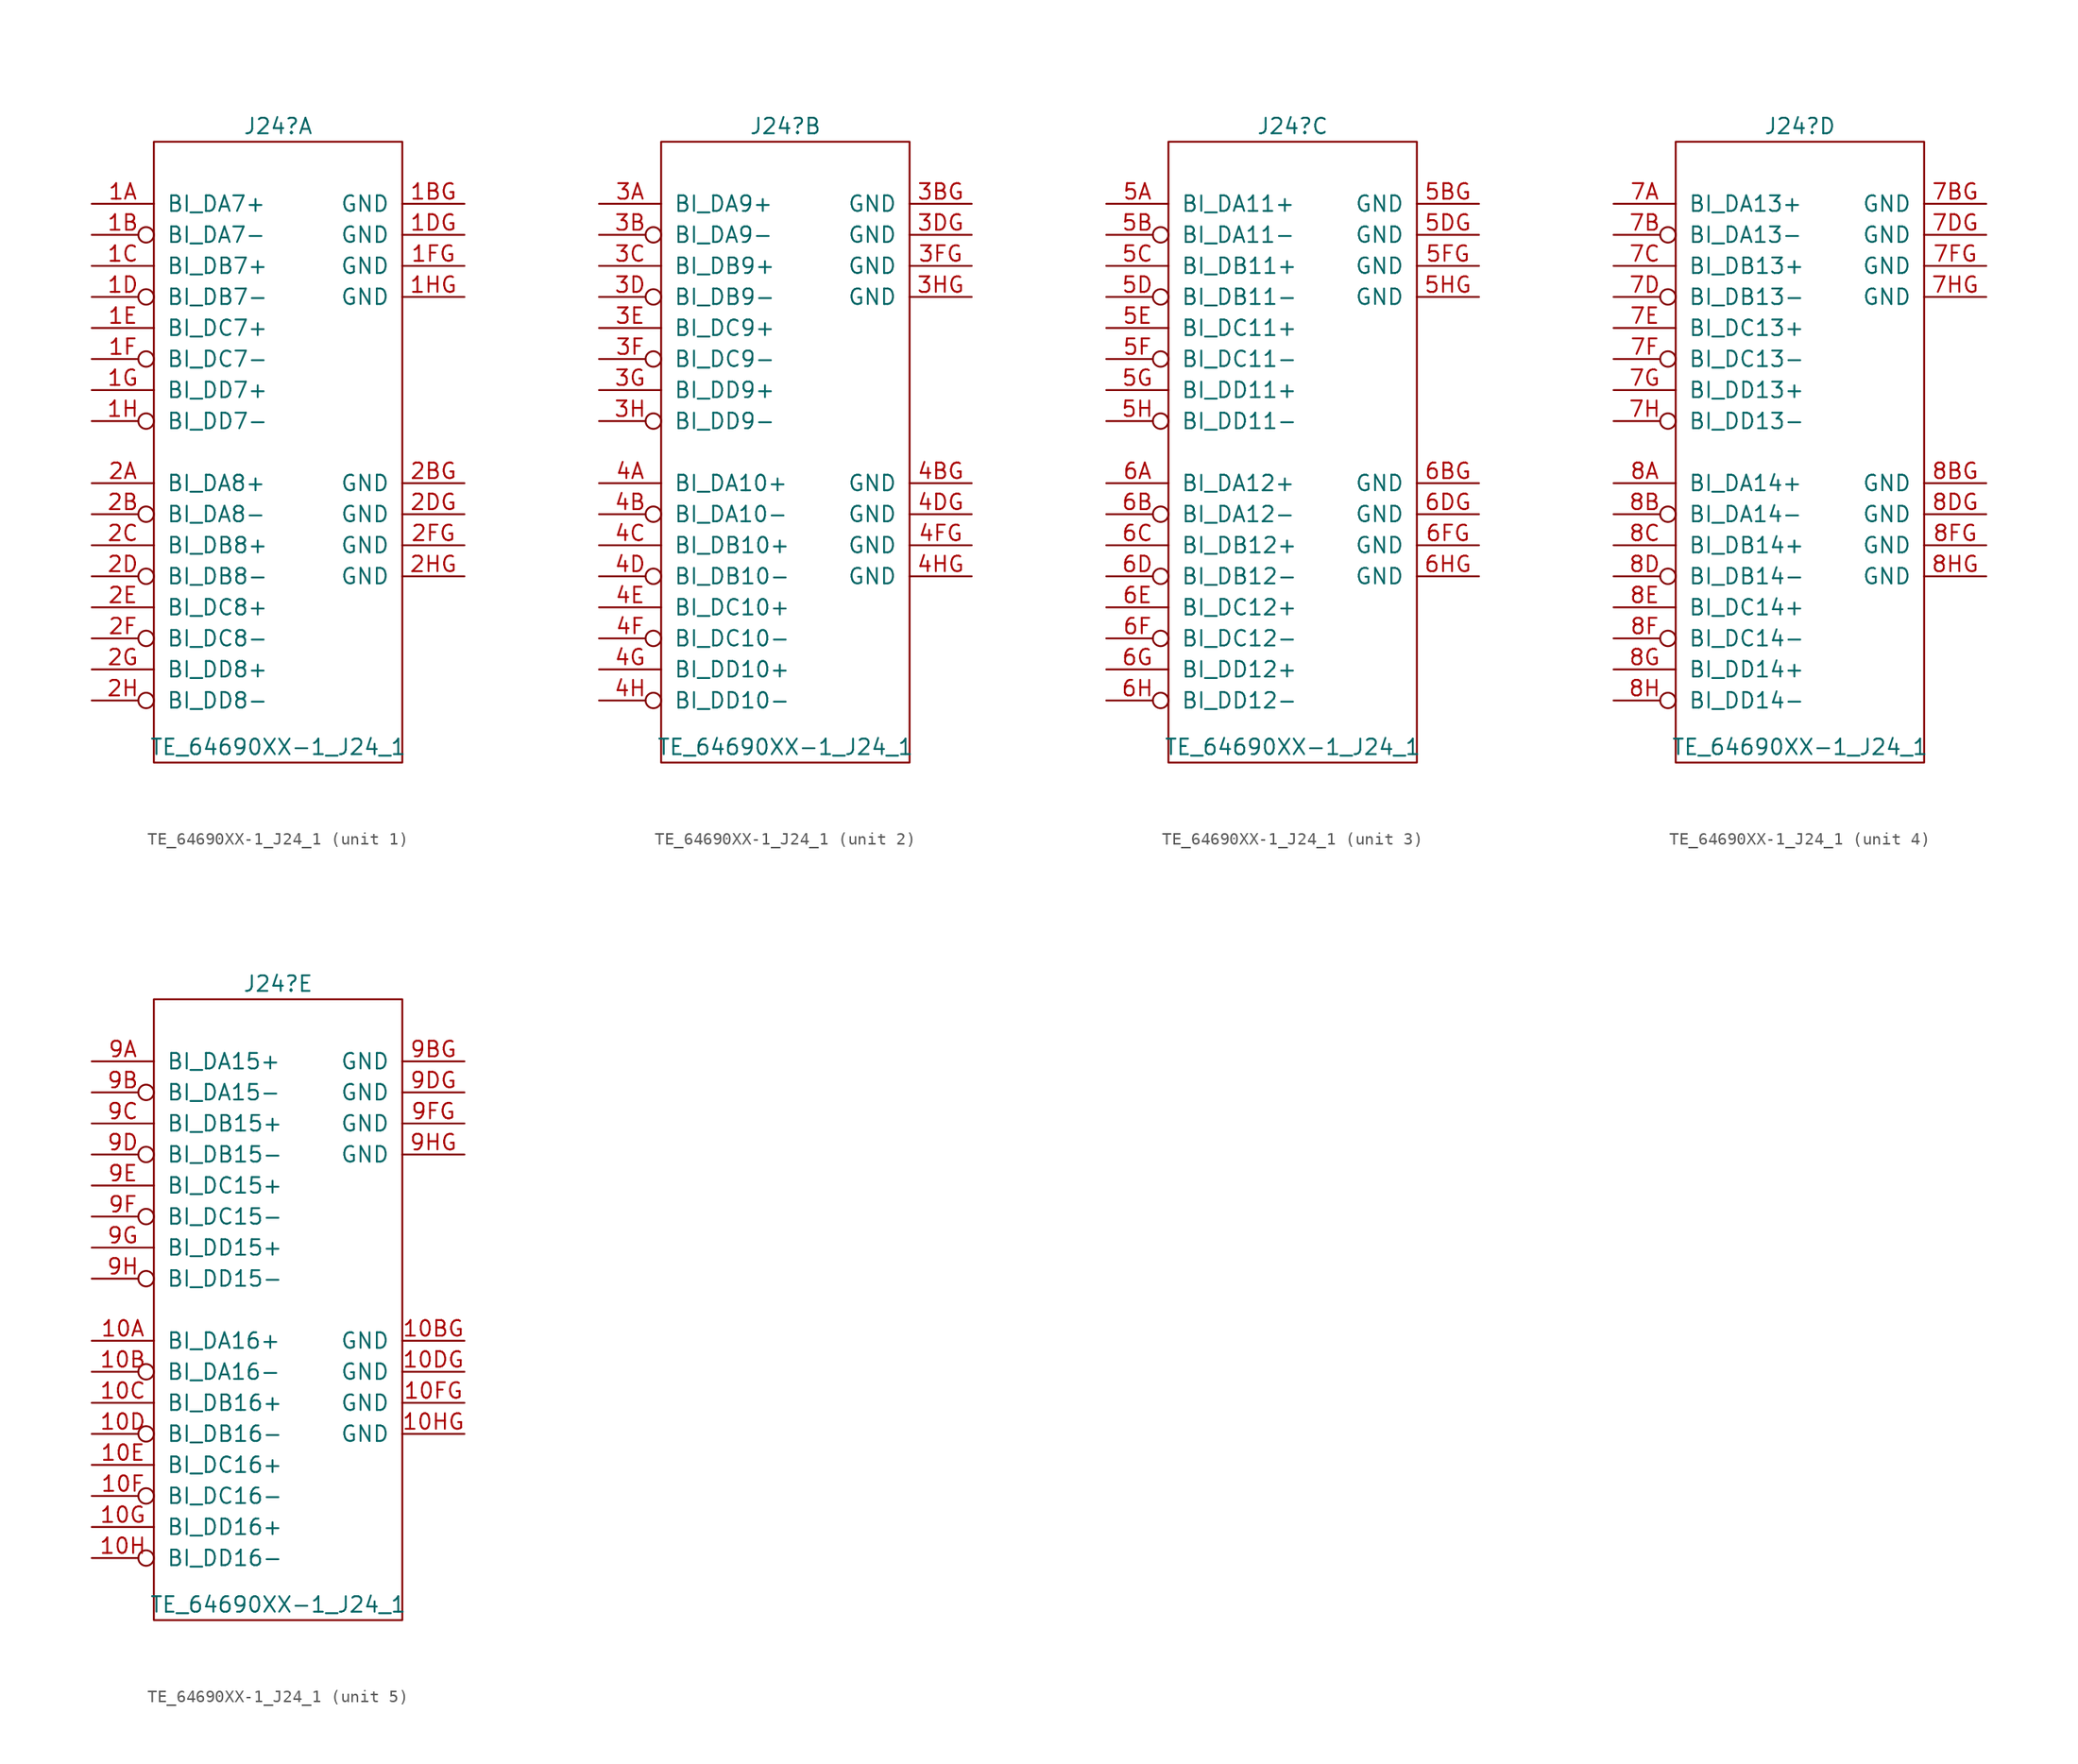
<source format=kicad_sym>
(kicad_symbol_lib
  (version 20220914)
  (generator kicad_symbol_editor)
  (symbol "TE_64690XX-1_J24_1"
    (pin_names
      (offset 1.016))
    (property "Reference" "J24"
      (at 0 26.67 0)
      (effects (font (size 1.27 1.27))))
    (property "Value" "TE_64690XX-1_J24_1"
      (at 0 -24.13 0)
      (effects (font (size 1.27 1.27))))
    (property "ki_locked" ""
      (at 0 0 0)
      (effects (font (size 1.27 1.27))))
    (symbol "TE_64690XX-1_J24_1_1_1"
      (rectangle (start -10.16 25.4) (end 10.16 -25.4) (stroke (width 0) (type default)) (fill (type none)))
      (pin bidirectional line (at -15.24 20.32 0) (length 5.08) (name "BI_DA7+" (effects (font (size 1.27 1.27)))) (number "1A" (effects (font (size 1.27 1.27)))))
      (pin bidirectional inverted (at -15.24 17.78 0) (length 5.08) (name "BI_DA7-" (effects (font (size 1.27 1.27)))) (number "1B" (effects (font (size 1.27 1.27)))))
      (pin passive line (at 15.24 20.32 180) (length 5.08) (name "GND" (effects (font (size 1.27 1.27)))) (number "1BG" (effects (font (size 1.27 1.27)))))
      (pin bidirectional line (at -15.24 15.24 0) (length 5.08) (name "BI_DB7+" (effects (font (size 1.27 1.27)))) (number "1C" (effects (font (size 1.27 1.27)))))
      (pin bidirectional inverted (at -15.24 12.7 0) (length 5.08) (name "BI_DB7-" (effects (font (size 1.27 1.27)))) (number "1D" (effects (font (size 1.27 1.27)))))
      (pin passive line (at 15.24 17.78 180) (length 5.08) (name "GND" (effects (font (size 1.27 1.27)))) (number "1DG" (effects (font (size 1.27 1.27)))))
      (pin bidirectional line (at -15.24 10.16 0) (length 5.08) (name "BI_DC7+" (effects (font (size 1.27 1.27)))) (number "1E" (effects (font (size 1.27 1.27)))))
      (pin bidirectional inverted (at -15.24 7.62 0) (length 5.08) (name "BI_DC7-" (effects (font (size 1.27 1.27)))) (number "1F" (effects (font (size 1.27 1.27)))))
      (pin passive line (at 15.24 15.24 180) (length 5.08) (name "GND" (effects (font (size 1.27 1.27)))) (number "1FG" (effects (font (size 1.27 1.27)))))
      (pin bidirectional line (at -15.24 5.08 0) (length 5.08) (name "BI_DD7+" (effects (font (size 1.27 1.27)))) (number "1G" (effects (font (size 1.27 1.27)))))
      (pin bidirectional inverted (at -15.24 2.54 0) (length 5.08) (name "BI_DD7-" (effects (font (size 1.27 1.27)))) (number "1H" (effects (font (size 1.27 1.27)))))
      (pin passive line (at 15.24 12.7 180) (length 5.08) (name "GND" (effects (font (size 1.27 1.27)))) (number "1HG" (effects (font (size 1.27 1.27)))))
      (pin bidirectional line (at -15.24 -2.54 0) (length 5.08) (name "BI_DA8+" (effects (font (size 1.27 1.27)))) (number "2A" (effects (font (size 1.27 1.27)))))
      (pin bidirectional inverted (at -15.24 -5.08 0) (length 5.08) (name "BI_DA8-" (effects (font (size 1.27 1.27)))) (number "2B" (effects (font (size 1.27 1.27)))))
      (pin passive line (at 15.24 -2.54 180) (length 5.08) (name "GND" (effects (font (size 1.27 1.27)))) (number "2BG" (effects (font (size 1.27 1.27)))))
      (pin bidirectional line (at -15.24 -7.62 0) (length 5.08) (name "BI_DB8+" (effects (font (size 1.27 1.27)))) (number "2C" (effects (font (size 1.27 1.27)))))
      (pin bidirectional inverted (at -15.24 -10.16 0) (length 5.08) (name "BI_DB8-" (effects (font (size 1.27 1.27)))) (number "2D" (effects (font (size 1.27 1.27)))))
      (pin passive line (at 15.24 -5.08 180) (length 5.08) (name "GND" (effects (font (size 1.27 1.27)))) (number "2DG" (effects (font (size 1.27 1.27)))))
      (pin bidirectional line (at -15.24 -12.7 0) (length 5.08) (name "BI_DC8+" (effects (font (size 1.27 1.27)))) (number "2E" (effects (font (size 1.27 1.27)))))
      (pin bidirectional inverted (at -15.24 -15.24 0) (length 5.08) (name "BI_DC8-" (effects (font (size 1.27 1.27)))) (number "2F" (effects (font (size 1.27 1.27)))))
      (pin passive line (at 15.24 -7.62 180) (length 5.08) (name "GND" (effects (font (size 1.27 1.27)))) (number "2FG" (effects (font (size 1.27 1.27)))))
      (pin bidirectional line (at -15.24 -17.78 0) (length 5.08) (name "BI_DD8+" (effects (font (size 1.27 1.27)))) (number "2G" (effects (font (size 1.27 1.27)))))
      (pin bidirectional inverted (at -15.24 -20.32 0) (length 5.08) (name "BI_DD8-" (effects (font (size 1.27 1.27)))) (number "2H" (effects (font (size 1.27 1.27)))))
      (pin passive line (at 15.24 -10.16 180) (length 5.08) (name "GND" (effects (font (size 1.27 1.27)))) (number "2HG" (effects (font (size 1.27 1.27))))))
    (symbol "TE_64690XX-1_J24_1_2_1"
      (rectangle (start -10.16 25.4) (end 10.16 -25.4) (stroke (width 0) (type default)) (fill (type none)))
      (pin bidirectional line (at -15.24 20.32 0) (length 5.08) (name "BI_DA9+" (effects (font (size 1.27 1.27)))) (number "3A" (effects (font (size 1.27 1.27)))))
      (pin bidirectional inverted (at -15.24 17.78 0) (length 5.08) (name "BI_DA9-" (effects (font (size 1.27 1.27)))) (number "3B" (effects (font (size 1.27 1.27)))))
      (pin passive line (at 15.24 20.32 180) (length 5.08) (name "GND" (effects (font (size 1.27 1.27)))) (number "3BG" (effects (font (size 1.27 1.27)))))
      (pin bidirectional line (at -15.24 15.24 0) (length 5.08) (name "BI_DB9+" (effects (font (size 1.27 1.27)))) (number "3C" (effects (font (size 1.27 1.27)))))
      (pin bidirectional inverted (at -15.24 12.7 0) (length 5.08) (name "BI_DB9-" (effects (font (size 1.27 1.27)))) (number "3D" (effects (font (size 1.27 1.27)))))
      (pin passive line (at 15.24 17.78 180) (length 5.08) (name "GND" (effects (font (size 1.27 1.27)))) (number "3DG" (effects (font (size 1.27 1.27)))))
      (pin bidirectional line (at -15.24 10.16 0) (length 5.08) (name "BI_DC9+" (effects (font (size 1.27 1.27)))) (number "3E" (effects (font (size 1.27 1.27)))))
      (pin bidirectional inverted (at -15.24 7.62 0) (length 5.08) (name "BI_DC9-" (effects (font (size 1.27 1.27)))) (number "3F" (effects (font (size 1.27 1.27)))))
      (pin passive line (at 15.24 15.24 180) (length 5.08) (name "GND" (effects (font (size 1.27 1.27)))) (number "3FG" (effects (font (size 1.27 1.27)))))
      (pin bidirectional line (at -15.24 5.08 0) (length 5.08) (name "BI_DD9+" (effects (font (size 1.27 1.27)))) (number "3G" (effects (font (size 1.27 1.27)))))
      (pin bidirectional inverted (at -15.24 2.54 0) (length 5.08) (name "BI_DD9-" (effects (font (size 1.27 1.27)))) (number "3H" (effects (font (size 1.27 1.27)))))
      (pin passive line (at 15.24 12.7 180) (length 5.08) (name "GND" (effects (font (size 1.27 1.27)))) (number "3HG" (effects (font (size 1.27 1.27)))))
      (pin bidirectional line (at -15.24 -2.54 0) (length 5.08) (name "BI_DA10+" (effects (font (size 1.27 1.27)))) (number "4A" (effects (font (size 1.27 1.27)))))
      (pin bidirectional inverted (at -15.24 -5.08 0) (length 5.08) (name "BI_DA10-" (effects (font (size 1.27 1.27)))) (number "4B" (effects (font (size 1.27 1.27)))))
      (pin passive line (at 15.24 -2.54 180) (length 5.08) (name "GND" (effects (font (size 1.27 1.27)))) (number "4BG" (effects (font (size 1.27 1.27)))))
      (pin bidirectional line (at -15.24 -7.62 0) (length 5.08) (name "BI_DB10+" (effects (font (size 1.27 1.27)))) (number "4C" (effects (font (size 1.27 1.27)))))
      (pin bidirectional inverted (at -15.24 -10.16 0) (length 5.08) (name "BI_DB10-" (effects (font (size 1.27 1.27)))) (number "4D" (effects (font (size 1.27 1.27)))))
      (pin passive line (at 15.24 -5.08 180) (length 5.08) (name "GND" (effects (font (size 1.27 1.27)))) (number "4DG" (effects (font (size 1.27 1.27)))))
      (pin bidirectional line (at -15.24 -12.7 0) (length 5.08) (name "BI_DC10+" (effects (font (size 1.27 1.27)))) (number "4E" (effects (font (size 1.27 1.27)))))
      (pin bidirectional inverted (at -15.24 -15.24 0) (length 5.08) (name "BI_DC10-" (effects (font (size 1.27 1.27)))) (number "4F" (effects (font (size 1.27 1.27)))))
      (pin passive line (at 15.24 -7.62 180) (length 5.08) (name "GND" (effects (font (size 1.27 1.27)))) (number "4FG" (effects (font (size 1.27 1.27)))))
      (pin bidirectional line (at -15.24 -17.78 0) (length 5.08) (name "BI_DD10+" (effects (font (size 1.27 1.27)))) (number "4G" (effects (font (size 1.27 1.27)))))
      (pin bidirectional inverted (at -15.24 -20.32 0) (length 5.08) (name "BI_DD10-" (effects (font (size 1.27 1.27)))) (number "4H" (effects (font (size 1.27 1.27)))))
      (pin passive line (at 15.24 -10.16 180) (length 5.08) (name "GND" (effects (font (size 1.27 1.27)))) (number "4HG" (effects (font (size 1.27 1.27))))))
    (symbol "TE_64690XX-1_J24_1_3_1"
      (rectangle (start -10.16 25.4) (end 10.16 -25.4) (stroke (width 0) (type default)) (fill (type none)))
      (pin bidirectional line (at -15.24 20.32 0) (length 5.08) (name "BI_DA11+" (effects (font (size 1.27 1.27)))) (number "5A" (effects (font (size 1.27 1.27)))))
      (pin bidirectional inverted (at -15.24 17.78 0) (length 5.08) (name "BI_DA11-" (effects (font (size 1.27 1.27)))) (number "5B" (effects (font (size 1.27 1.27)))))
      (pin passive line (at 15.24 20.32 180) (length 5.08) (name "GND" (effects (font (size 1.27 1.27)))) (number "5BG" (effects (font (size 1.27 1.27)))))
      (pin bidirectional line (at -15.24 15.24 0) (length 5.08) (name "BI_DB11+" (effects (font (size 1.27 1.27)))) (number "5C" (effects (font (size 1.27 1.27)))))
      (pin bidirectional inverted (at -15.24 12.7 0) (length 5.08) (name "BI_DB11-" (effects (font (size 1.27 1.27)))) (number "5D" (effects (font (size 1.27 1.27)))))
      (pin passive line (at 15.24 17.78 180) (length 5.08) (name "GND" (effects (font (size 1.27 1.27)))) (number "5DG" (effects (font (size 1.27 1.27)))))
      (pin bidirectional line (at -15.24 10.16 0) (length 5.08) (name "BI_DC11+" (effects (font (size 1.27 1.27)))) (number "5E" (effects (font (size 1.27 1.27)))))
      (pin bidirectional inverted (at -15.24 7.62 0) (length 5.08) (name "BI_DC11-" (effects (font (size 1.27 1.27)))) (number "5F" (effects (font (size 1.27 1.27)))))
      (pin passive line (at 15.24 15.24 180) (length 5.08) (name "GND" (effects (font (size 1.27 1.27)))) (number "5FG" (effects (font (size 1.27 1.27)))))
      (pin bidirectional line (at -15.24 5.08 0) (length 5.08) (name "BI_DD11+" (effects (font (size 1.27 1.27)))) (number "5G" (effects (font (size 1.27 1.27)))))
      (pin bidirectional inverted (at -15.24 2.54 0) (length 5.08) (name "BI_DD11-" (effects (font (size 1.27 1.27)))) (number "5H" (effects (font (size 1.27 1.27)))))
      (pin passive line (at 15.24 12.7 180) (length 5.08) (name "GND" (effects (font (size 1.27 1.27)))) (number "5HG" (effects (font (size 1.27 1.27)))))
      (pin bidirectional line (at -15.24 -2.54 0) (length 5.08) (name "BI_DA12+" (effects (font (size 1.27 1.27)))) (number "6A" (effects (font (size 1.27 1.27)))))
      (pin bidirectional inverted (at -15.24 -5.08 0) (length 5.08) (name "BI_DA12-" (effects (font (size 1.27 1.27)))) (number "6B" (effects (font (size 1.27 1.27)))))
      (pin passive line (at 15.24 -2.54 180) (length 5.08) (name "GND" (effects (font (size 1.27 1.27)))) (number "6BG" (effects (font (size 1.27 1.27)))))
      (pin bidirectional line (at -15.24 -7.62 0) (length 5.08) (name "BI_DB12+" (effects (font (size 1.27 1.27)))) (number "6C" (effects (font (size 1.27 1.27)))))
      (pin bidirectional inverted (at -15.24 -10.16 0) (length 5.08) (name "BI_DB12-" (effects (font (size 1.27 1.27)))) (number "6D" (effects (font (size 1.27 1.27)))))
      (pin passive line (at 15.24 -5.08 180) (length 5.08) (name "GND" (effects (font (size 1.27 1.27)))) (number "6DG" (effects (font (size 1.27 1.27)))))
      (pin bidirectional line (at -15.24 -12.7 0) (length 5.08) (name "BI_DC12+" (effects (font (size 1.27 1.27)))) (number "6E" (effects (font (size 1.27 1.27)))))
      (pin bidirectional inverted (at -15.24 -15.24 0) (length 5.08) (name "BI_DC12-" (effects (font (size 1.27 1.27)))) (number "6F" (effects (font (size 1.27 1.27)))))
      (pin passive line (at 15.24 -7.62 180) (length 5.08) (name "GND" (effects (font (size 1.27 1.27)))) (number "6FG" (effects (font (size 1.27 1.27)))))
      (pin bidirectional line (at -15.24 -17.78 0) (length 5.08) (name "BI_DD12+" (effects (font (size 1.27 1.27)))) (number "6G" (effects (font (size 1.27 1.27)))))
      (pin bidirectional inverted (at -15.24 -20.32 0) (length 5.08) (name "BI_DD12-" (effects (font (size 1.27 1.27)))) (number "6H" (effects (font (size 1.27 1.27)))))
      (pin passive line (at 15.24 -10.16 180) (length 5.08) (name "GND" (effects (font (size 1.27 1.27)))) (number "6HG" (effects (font (size 1.27 1.27))))))
    (symbol "TE_64690XX-1_J24_1_4_1"
      (rectangle (start -10.16 25.4) (end 10.16 -25.4) (stroke (width 0) (type default)) (fill (type none)))
      (pin bidirectional line (at -15.24 20.32 0) (length 5.08) (name "BI_DA13+" (effects (font (size 1.27 1.27)))) (number "7A" (effects (font (size 1.27 1.27)))))
      (pin bidirectional inverted (at -15.24 17.78 0) (length 5.08) (name "BI_DA13-" (effects (font (size 1.27 1.27)))) (number "7B" (effects (font (size 1.27 1.27)))))
      (pin passive line (at 15.24 20.32 180) (length 5.08) (name "GND" (effects (font (size 1.27 1.27)))) (number "7BG" (effects (font (size 1.27 1.27)))))
      (pin bidirectional line (at -15.24 15.24 0) (length 5.08) (name "BI_DB13+" (effects (font (size 1.27 1.27)))) (number "7C" (effects (font (size 1.27 1.27)))))
      (pin bidirectional inverted (at -15.24 12.7 0) (length 5.08) (name "BI_DB13-" (effects (font (size 1.27 1.27)))) (number "7D" (effects (font (size 1.27 1.27)))))
      (pin passive line (at 15.24 17.78 180) (length 5.08) (name "GND" (effects (font (size 1.27 1.27)))) (number "7DG" (effects (font (size 1.27 1.27)))))
      (pin bidirectional line (at -15.24 10.16 0) (length 5.08) (name "BI_DC13+" (effects (font (size 1.27 1.27)))) (number "7E" (effects (font (size 1.27 1.27)))))
      (pin bidirectional inverted (at -15.24 7.62 0) (length 5.08) (name "BI_DC13-" (effects (font (size 1.27 1.27)))) (number "7F" (effects (font (size 1.27 1.27)))))
      (pin passive line (at 15.24 15.24 180) (length 5.08) (name "GND" (effects (font (size 1.27 1.27)))) (number "7FG" (effects (font (size 1.27 1.27)))))
      (pin bidirectional line (at -15.24 5.08 0) (length 5.08) (name "BI_DD13+" (effects (font (size 1.27 1.27)))) (number "7G" (effects (font (size 1.27 1.27)))))
      (pin bidirectional inverted (at -15.24 2.54 0) (length 5.08) (name "BI_DD13-" (effects (font (size 1.27 1.27)))) (number "7H" (effects (font (size 1.27 1.27)))))
      (pin passive line (at 15.24 12.7 180) (length 5.08) (name "GND" (effects (font (size 1.27 1.27)))) (number "7HG" (effects (font (size 1.27 1.27)))))
      (pin bidirectional line (at -15.24 -2.54 0) (length 5.08) (name "BI_DA14+" (effects (font (size 1.27 1.27)))) (number "8A" (effects (font (size 1.27 1.27)))))
      (pin bidirectional inverted (at -15.24 -5.08 0) (length 5.08) (name "BI_DA14-" (effects (font (size 1.27 1.27)))) (number "8B" (effects (font (size 1.27 1.27)))))
      (pin passive line (at 15.24 -2.54 180) (length 5.08) (name "GND" (effects (font (size 1.27 1.27)))) (number "8BG" (effects (font (size 1.27 1.27)))))
      (pin bidirectional line (at -15.24 -7.62 0) (length 5.08) (name "BI_DB14+" (effects (font (size 1.27 1.27)))) (number "8C" (effects (font (size 1.27 1.27)))))
      (pin bidirectional inverted (at -15.24 -10.16 0) (length 5.08) (name "BI_DB14-" (effects (font (size 1.27 1.27)))) (number "8D" (effects (font (size 1.27 1.27)))))
      (pin passive line (at 15.24 -5.08 180) (length 5.08) (name "GND" (effects (font (size 1.27 1.27)))) (number "8DG" (effects (font (size 1.27 1.27)))))
      (pin bidirectional line (at -15.24 -12.7 0) (length 5.08) (name "BI_DC14+" (effects (font (size 1.27 1.27)))) (number "8E" (effects (font (size 1.27 1.27)))))
      (pin bidirectional inverted (at -15.24 -15.24 0) (length 5.08) (name "BI_DC14-" (effects (font (size 1.27 1.27)))) (number "8F" (effects (font (size 1.27 1.27)))))
      (pin passive line (at 15.24 -7.62 180) (length 5.08) (name "GND" (effects (font (size 1.27 1.27)))) (number "8FG" (effects (font (size 1.27 1.27)))))
      (pin bidirectional line (at -15.24 -17.78 0) (length 5.08) (name "BI_DD14+" (effects (font (size 1.27 1.27)))) (number "8G" (effects (font (size 1.27 1.27)))))
      (pin bidirectional inverted (at -15.24 -20.32 0) (length 5.08) (name "BI_DD14-" (effects (font (size 1.27 1.27)))) (number "8H" (effects (font (size 1.27 1.27)))))
      (pin passive line (at 15.24 -10.16 180) (length 5.08) (name "GND" (effects (font (size 1.27 1.27)))) (number "8HG" (effects (font (size 1.27 1.27))))))
    (symbol "TE_64690XX-1_J24_1_5_1"
      (rectangle (start -10.16 25.4) (end 10.16 -25.4) (stroke (width 0) (type default)) (fill (type none)))
      (pin bidirectional line (at -15.24 -2.54 0) (length 5.08) (name "BI_DA16+" (effects (font (size 1.27 1.27)))) (number "10A" (effects (font (size 1.27 1.27)))))
      (pin bidirectional inverted (at -15.24 -5.08 0) (length 5.08) (name "BI_DA16-" (effects (font (size 1.27 1.27)))) (number "10B" (effects (font (size 1.27 1.27)))))
      (pin passive line (at 15.24 -2.54 180) (length 5.08) (name "GND" (effects (font (size 1.27 1.27)))) (number "10BG" (effects (font (size 1.27 1.27)))))
      (pin bidirectional line (at -15.24 -7.62 0) (length 5.08) (name "BI_DB16+" (effects (font (size 1.27 1.27)))) (number "10C" (effects (font (size 1.27 1.27)))))
      (pin bidirectional inverted (at -15.24 -10.16 0) (length 5.08) (name "BI_DB16-" (effects (font (size 1.27 1.27)))) (number "10D" (effects (font (size 1.27 1.27)))))
      (pin passive line (at 15.24 -5.08 180) (length 5.08) (name "GND" (effects (font (size 1.27 1.27)))) (number "10DG" (effects (font (size 1.27 1.27)))))
      (pin bidirectional line (at -15.24 -12.7 0) (length 5.08) (name "BI_DC16+" (effects (font (size 1.27 1.27)))) (number "10E" (effects (font (size 1.27 1.27)))))
      (pin bidirectional inverted (at -15.24 -15.24 0) (length 5.08) (name "BI_DC16-" (effects (font (size 1.27 1.27)))) (number "10F" (effects (font (size 1.27 1.27)))))
      (pin passive line (at 15.24 -7.62 180) (length 5.08) (name "GND" (effects (font (size 1.27 1.27)))) (number "10FG" (effects (font (size 1.27 1.27)))))
      (pin bidirectional line (at -15.24 -17.78 0) (length 5.08) (name "BI_DD16+" (effects (font (size 1.27 1.27)))) (number "10G" (effects (font (size 1.27 1.27)))))
      (pin bidirectional inverted (at -15.24 -20.32 0) (length 5.08) (name "BI_DD16-" (effects (font (size 1.27 1.27)))) (number "10H" (effects (font (size 1.27 1.27)))))
      (pin passive line (at 15.24 -10.16 180) (length 5.08) (name "GND" (effects (font (size 1.27 1.27)))) (number "10HG" (effects (font (size 1.27 1.27)))))
      (pin bidirectional line (at -15.24 20.32 0) (length 5.08) (name "BI_DA15+" (effects (font (size 1.27 1.27)))) (number "9A" (effects (font (size 1.27 1.27)))))
      (pin bidirectional inverted (at -15.24 17.78 0) (length 5.08) (name "BI_DA15-" (effects (font (size 1.27 1.27)))) (number "9B" (effects (font (size 1.27 1.27)))))
      (pin passive line (at 15.24 20.32 180) (length 5.08) (name "GND" (effects (font (size 1.27 1.27)))) (number "9BG" (effects (font (size 1.27 1.27)))))
      (pin bidirectional line (at -15.24 15.24 0) (length 5.08) (name "BI_DB15+" (effects (font (size 1.27 1.27)))) (number "9C" (effects (font (size 1.27 1.27)))))
      (pin bidirectional inverted (at -15.24 12.7 0) (length 5.08) (name "BI_DB15-" (effects (font (size 1.27 1.27)))) (number "9D" (effects (font (size 1.27 1.27)))))
      (pin passive line (at 15.24 17.78 180) (length 5.08) (name "GND" (effects (font (size 1.27 1.27)))) (number "9DG" (effects (font (size 1.27 1.27)))))
      (pin bidirectional line (at -15.24 10.16 0) (length 5.08) (name "BI_DC15+" (effects (font (size 1.27 1.27)))) (number "9E" (effects (font (size 1.27 1.27)))))
      (pin bidirectional inverted (at -15.24 7.62 0) (length 5.08) (name "BI_DC15-" (effects (font (size 1.27 1.27)))) (number "9F" (effects (font (size 1.27 1.27)))))
      (pin passive line (at 15.24 15.24 180) (length 5.08) (name "GND" (effects (font (size 1.27 1.27)))) (number "9FG" (effects (font (size 1.27 1.27)))))
      (pin bidirectional line (at -15.24 5.08 0) (length 5.08) (name "BI_DD15+" (effects (font (size 1.27 1.27)))) (number "9G" (effects (font (size 1.27 1.27)))))
      (pin bidirectional inverted (at -15.24 2.54 0) (length 5.08) (name "BI_DD15-" (effects (font (size 1.27 1.27)))) (number "9H" (effects (font (size 1.27 1.27)))))
      (pin passive line (at 15.24 12.7 180) (length 5.08) (name "GND" (effects (font (size 1.27 1.27)))) (number "9HG" (effects (font (size 1.27 1.27))))))))
</source>
